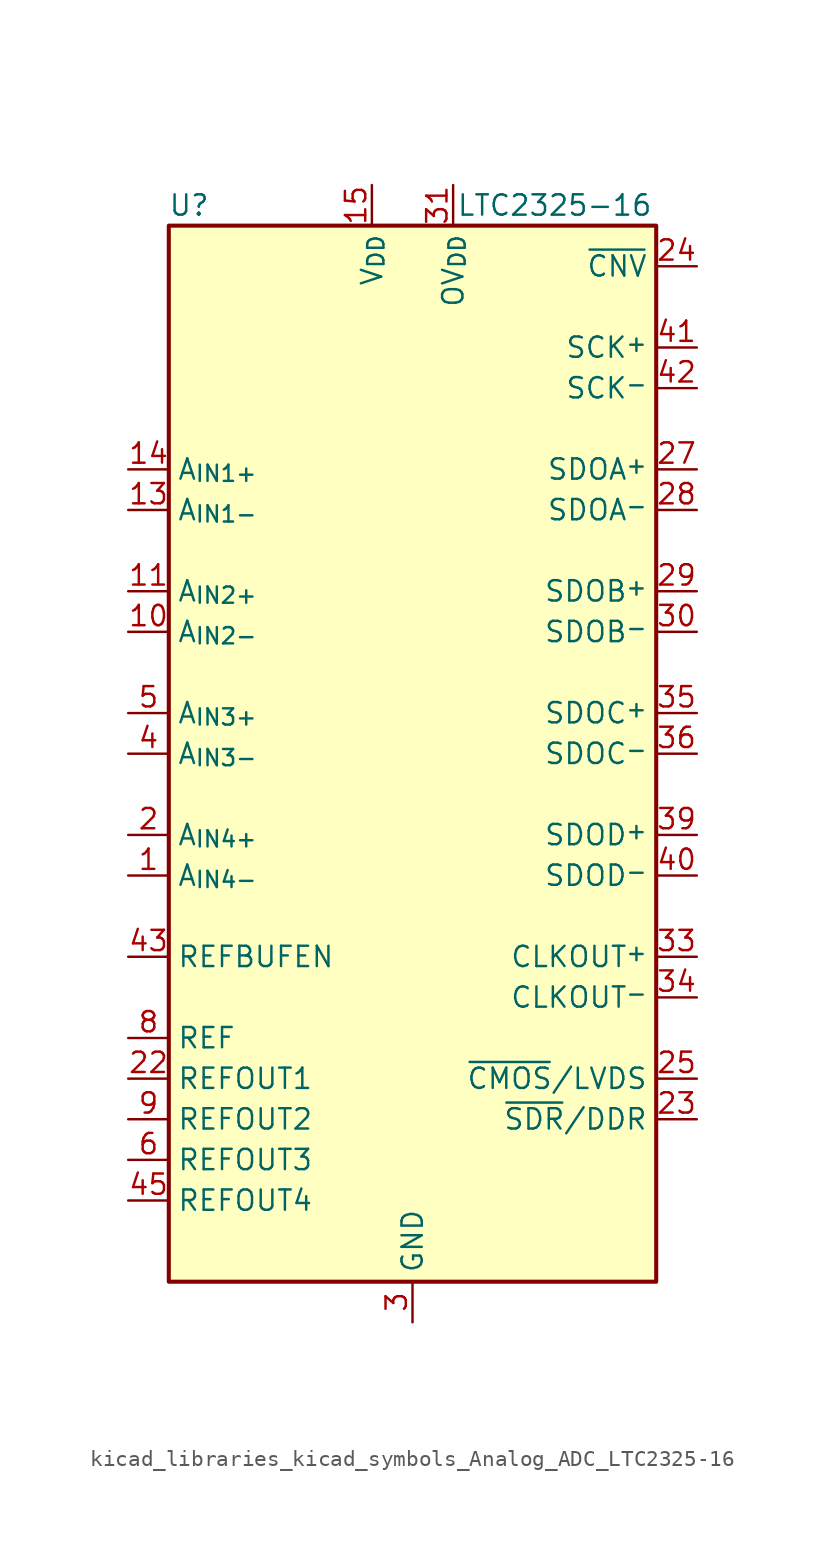
<source format=kicad_sym>
(kicad_symbol_lib
  (version 20220914)
  (generator kicad_symbol_editor)
  (symbol "kicad_libraries_kicad_symbols_Analog_ADC_LTC2325-16"
    (property "Reference" "U"
      (at -13.97 34.29 0)
      (effects (font (size 1.27 1.27))))
    (property "Value" "LTC2325-16"
      (at 8.89 34.29 0)
      (effects (font (size 1.27 1.27))))
    (symbol "kicad_libraries_kicad_symbols_Analog_ADC_LTC2325-16_0_1"
      (rectangle (start -15.24 33.02) (end 15.24 -33.02) (stroke (width 0.254) (type default)) (fill (type background))))
    (symbol "kicad_libraries_kicad_symbols_Analog_ADC_LTC2325-16_1_1"
      (pin input line (at -17.78 -7.62 0) (length 2.54) (name "A_{IN4-}" (effects (font (size 1.27 1.27)))) (number "1" (effects (font (size 1.27 1.27)))))
      (pin input line (at -17.78 7.62 0) (length 2.54) (name "A_{IN2-}" (effects (font (size 1.27 1.27)))) (number "10" (effects (font (size 1.27 1.27)))))
      (pin input line (at -17.78 10.16 0) (length 2.54) (name "A_{IN2+}" (effects (font (size 1.27 1.27)))) (number "11" (effects (font (size 1.27 1.27)))))
      (pin passive line (at 0 -35.56 90) (length 2.54) hide (name "GND" (effects (font (size 1.27 1.27)))) (number "12" (effects (font (size 1.27 1.27)))))
      (pin input line (at -17.78 15.24 0) (length 2.54) (name "A_{IN1-}" (effects (font (size 1.27 1.27)))) (number "13" (effects (font (size 1.27 1.27)))))
      (pin input line (at -17.78 17.78 0) (length 2.54) (name "A_{IN1+}" (effects (font (size 1.27 1.27)))) (number "14" (effects (font (size 1.27 1.27)))))
      (pin power_in line (at -2.54 35.56 270) (length 2.54) (name "V_{DD}" (effects (font (size 1.27 1.27)))) (number "15" (effects (font (size 1.27 1.27)))))
      (pin no_connect line (at -12.7 -33.02 90) (length 2.54) hide (name "NC" (effects (font (size 1.27 1.27)))) (number "16" (effects (font (size 1.27 1.27)))))
      (pin no_connect line (at -10.16 -33.02 90) (length 2.54) hide (name "NC" (effects (font (size 1.27 1.27)))) (number "17" (effects (font (size 1.27 1.27)))))
      (pin passive line (at 0 -35.56 90) (length 2.54) hide (name "GND" (effects (font (size 1.27 1.27)))) (number "18" (effects (font (size 1.27 1.27)))))
      (pin no_connect line (at -7.62 -33.02 90) (length 2.54) hide (name "NC" (effects (font (size 1.27 1.27)))) (number "19" (effects (font (size 1.27 1.27)))))
      (pin input line (at -17.78 -5.08 0) (length 2.54) (name "A_{IN4+}" (effects (font (size 1.27 1.27)))) (number "2" (effects (font (size 1.27 1.27)))))
      (pin no_connect line (at -5.08 -33.02 90) (length 2.54) hide (name "NC" (effects (font (size 1.27 1.27)))) (number "20" (effects (font (size 1.27 1.27)))))
      (pin passive line (at -2.54 35.56 270) (length 2.54) hide (name "V_{DD}" (effects (font (size 1.27 1.27)))) (number "21" (effects (font (size 1.27 1.27)))))
      (pin passive line (at -17.78 -20.32 0) (length 2.54) (name "REFOUT1" (effects (font (size 1.27 1.27)))) (number "22" (effects (font (size 1.27 1.27)))))
      (pin input line (at 17.78 -22.86 180) (length 2.54) (name "~{SDR}/DDR" (effects (font (size 1.27 1.27)))) (number "23" (effects (font (size 1.27 1.27)))))
      (pin input line (at 17.78 30.48 180) (length 2.54) (name "~{CNV}" (effects (font (size 1.27 1.27)))) (number "24" (effects (font (size 1.27 1.27)))))
      (pin input line (at 17.78 -20.32 180) (length 2.54) (name "~{CMOS}/LVDS" (effects (font (size 1.27 1.27)))) (number "25" (effects (font (size 1.27 1.27)))))
      (pin passive line (at 0 -35.56 90) (length 2.54) hide (name "GND" (effects (font (size 1.27 1.27)))) (number "26" (effects (font (size 1.27 1.27)))))
      (pin output line (at 17.78 17.78 180) (length 2.54) (name "SDOA^{+}" (effects (font (size 1.27 1.27)))) (number "27" (effects (font (size 1.27 1.27)))) (alternate "SDOA" tri_state line))
      (pin output line (at 17.78 15.24 180) (length 2.54) (name "SDOA^{-}" (effects (font (size 1.27 1.27)))) (number "28" (effects (font (size 1.27 1.27)))) (alternate "DNC" no_connect line))
      (pin output line (at 17.78 10.16 180) (length 2.54) (name "SDOB^{+}" (effects (font (size 1.27 1.27)))) (number "29" (effects (font (size 1.27 1.27)))) (alternate "SDOB" tri_state line))
      (pin power_in line (at 0 -35.56 90) (length 2.54) (name "GND" (effects (font (size 1.27 1.27)))) (number "3" (effects (font (size 1.27 1.27)))))
      (pin output line (at 17.78 7.62 180) (length 2.54) (name "SDOB^{-}" (effects (font (size 1.27 1.27)))) (number "30" (effects (font (size 1.27 1.27)))) (alternate "DNC" no_connect line))
      (pin power_in line (at 2.54 35.56 270) (length 2.54) (name "OV_{DD}" (effects (font (size 1.27 1.27)))) (number "31" (effects (font (size 1.27 1.27)))))
      (pin passive line (at 0 -35.56 90) (length 2.54) hide (name "GND" (effects (font (size 1.27 1.27)))) (number "32" (effects (font (size 1.27 1.27)))))
      (pin output line (at 17.78 -12.7 180) (length 2.54) (name "CLKOUT^{+}" (effects (font (size 1.27 1.27)))) (number "33" (effects (font (size 1.27 1.27)))) (alternate "CLKOUT" tri_state line))
      (pin output line (at 17.78 -15.24 180) (length 2.54) (name "CLKOUT^{-}" (effects (font (size 1.27 1.27)))) (number "34" (effects (font (size 1.27 1.27)))) (alternate "~{CLKOUTEN}" input line))
      (pin output line (at 17.78 2.54 180) (length 2.54) (name "SDOC^{+}" (effects (font (size 1.27 1.27)))) (number "35" (effects (font (size 1.27 1.27)))) (alternate "SDOC" tri_state line))
      (pin output line (at 17.78 0 180) (length 2.54) (name "SDOC^{-}" (effects (font (size 1.27 1.27)))) (number "36" (effects (font (size 1.27 1.27)))) (alternate "DNC" no_connect line))
      (pin passive line (at 2.54 35.56 270) (length 2.54) hide (name "OV_{DD}" (effects (font (size 1.27 1.27)))) (number "37" (effects (font (size 1.27 1.27)))))
      (pin passive line (at 0 -35.56 90) (length 2.54) hide (name "GND" (effects (font (size 1.27 1.27)))) (number "38" (effects (font (size 1.27 1.27)))))
      (pin output line (at 17.78 -5.08 180) (length 2.54) (name "SDOD^{+}" (effects (font (size 1.27 1.27)))) (number "39" (effects (font (size 1.27 1.27)))) (alternate "SDOD" tri_state line))
      (pin input line (at -17.78 0 0) (length 2.54) (name "A_{IN3-}" (effects (font (size 1.27 1.27)))) (number "4" (effects (font (size 1.27 1.27)))))
      (pin output line (at 17.78 -7.62 180) (length 2.54) (name "SDOD^{-}" (effects (font (size 1.27 1.27)))) (number "40" (effects (font (size 1.27 1.27)))) (alternate "DNC" no_connect line))
      (pin input line (at 17.78 25.4 180) (length 2.54) (name "SCK^{+}" (effects (font (size 1.27 1.27)))) (number "41" (effects (font (size 1.27 1.27)))) (alternate "SCK" input line))
      (pin input line (at 17.78 22.86 180) (length 2.54) (name "SCK^{-}" (effects (font (size 1.27 1.27)))) (number "42" (effects (font (size 1.27 1.27)))) (alternate "DNC" no_connect line))
      (pin input line (at -17.78 -12.7 0) (length 2.54) (name "REFBUFEN" (effects (font (size 1.27 1.27)))) (number "43" (effects (font (size 1.27 1.27)))))
      (pin passive line (at -2.54 35.56 270) (length 2.54) hide (name "V_{DD}" (effects (font (size 1.27 1.27)))) (number "44" (effects (font (size 1.27 1.27)))))
      (pin passive line (at -17.78 -27.94 0) (length 2.54) (name "REFOUT4" (effects (font (size 1.27 1.27)))) (number "45" (effects (font (size 1.27 1.27)))))
      (pin passive line (at 0 -35.56 90) (length 2.54) hide (name "GND" (effects (font (size 1.27 1.27)))) (number "46" (effects (font (size 1.27 1.27)))))
      (pin no_connect line (at 5.08 -33.02 90) (length 2.54) hide (name "NC" (effects (font (size 1.27 1.27)))) (number "47" (effects (font (size 1.27 1.27)))))
      (pin no_connect line (at 7.62 -33.02 90) (length 2.54) hide (name "NC" (effects (font (size 1.27 1.27)))) (number "48" (effects (font (size 1.27 1.27)))))
      (pin passive line (at 0 -35.56 90) (length 2.54) hide (name "GND" (effects (font (size 1.27 1.27)))) (number "49" (effects (font (size 1.27 1.27)))))
      (pin input line (at -17.78 2.54 0) (length 2.54) (name "A_{IN3+}" (effects (font (size 1.27 1.27)))) (number "5" (effects (font (size 1.27 1.27)))))
      (pin no_connect line (at 10.16 -33.02 90) (length 2.54) hide (name "NC" (effects (font (size 1.27 1.27)))) (number "50" (effects (font (size 1.27 1.27)))))
      (pin no_connect line (at 12.7 -33.02 90) (length 2.54) hide (name "NC" (effects (font (size 1.27 1.27)))) (number "51" (effects (font (size 1.27 1.27)))))
      (pin passive line (at -2.54 35.56 270) (length 2.54) hide (name "V_{DD}" (effects (font (size 1.27 1.27)))) (number "52" (effects (font (size 1.27 1.27)))))
      (pin passive line (at 0 -35.56 90) (length 2.54) hide (name "GND" (effects (font (size 1.27 1.27)))) (number "53" (effects (font (size 1.27 1.27)))))
      (pin passive line (at -17.78 -25.4 0) (length 2.54) (name "REFOUT3" (effects (font (size 1.27 1.27)))) (number "6" (effects (font (size 1.27 1.27)))))
      (pin passive line (at 0 -35.56 90) (length 2.54) hide (name "GND" (effects (font (size 1.27 1.27)))) (number "7" (effects (font (size 1.27 1.27)))))
      (pin passive line (at -17.78 -17.78 0) (length 2.54) (name "REF" (effects (font (size 1.27 1.27)))) (number "8" (effects (font (size 1.27 1.27)))))
      (pin passive line (at -17.78 -22.86 0) (length 2.54) (name "REFOUT2" (effects (font (size 1.27 1.27)))) (number "9" (effects (font (size 1.27 1.27))))))))
</source>
